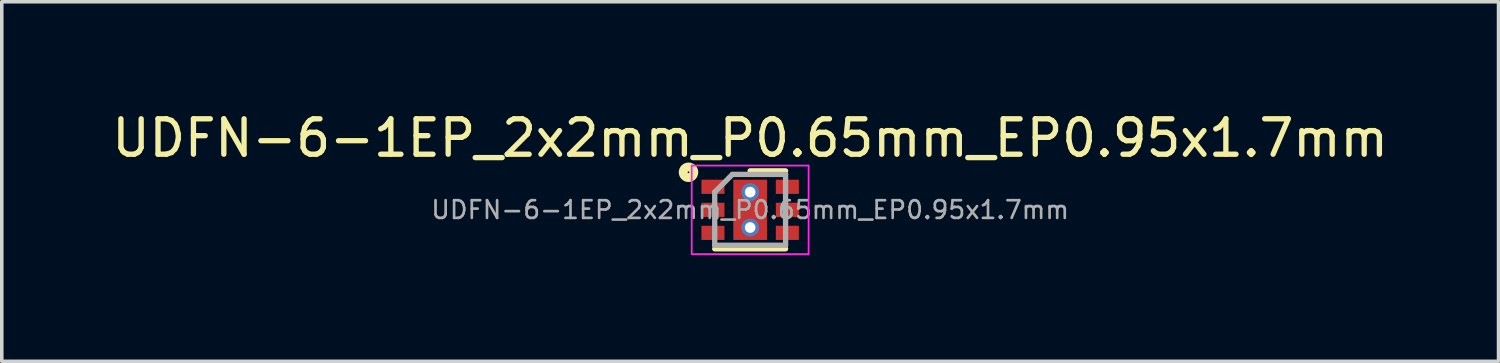
<source format=kicad_pcb>
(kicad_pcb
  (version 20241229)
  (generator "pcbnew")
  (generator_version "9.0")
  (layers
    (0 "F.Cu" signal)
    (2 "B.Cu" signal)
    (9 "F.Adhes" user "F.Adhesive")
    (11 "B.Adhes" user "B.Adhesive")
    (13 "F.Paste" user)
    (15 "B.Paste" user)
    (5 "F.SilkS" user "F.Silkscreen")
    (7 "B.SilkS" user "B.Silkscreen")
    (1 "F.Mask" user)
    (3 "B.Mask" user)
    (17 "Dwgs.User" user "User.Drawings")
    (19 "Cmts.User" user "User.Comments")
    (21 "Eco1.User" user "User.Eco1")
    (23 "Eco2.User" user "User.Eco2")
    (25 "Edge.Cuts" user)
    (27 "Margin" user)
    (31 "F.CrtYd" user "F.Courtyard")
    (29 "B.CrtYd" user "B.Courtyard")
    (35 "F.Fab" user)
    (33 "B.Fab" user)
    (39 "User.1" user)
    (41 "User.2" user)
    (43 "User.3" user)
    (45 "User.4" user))
  (footprint "UDFN-6-1EP_2x2mm_P0.65mm_EP0.95x1.7mm"
    (layer "F.Cu")
    (at 18.125 2.873)
    (property "Reference" "UDFN-6-1EP_2x2mm_P0.65mm_EP0.95x1.7mm" (at 0 -2.025 0) (layer "F.SilkS") (effects (font (size 1 1) (thickness 0.15))))
    (attr smd)
    (fp_line (start -1 1.1) (end 1 1.1) (stroke (width 0.15) (type solid)) (layer "F.SilkS"))
    (fp_line (start 0 -1.1) (end 1 -1.1) (stroke (width 0.15) (type solid)) (layer "F.SilkS"))
    (fp_circle (center -1.74 -1.06) (end -1.59 -1.06) (stroke (width 0.25) (type solid)) (fill no) (layer "F.SilkS"))
    (fp_line (start -1.65 -1.25) (end -1.65 1.25) (stroke (width 0.05) (type solid)) (layer "F.CrtYd"))
    (fp_line (start -1.65 -1.25) (end 1.65 -1.25) (stroke (width 0.05) (type solid)) (layer "F.CrtYd"))
    (fp_line (start -1.65 1.25) (end 1.65 1.25) (stroke (width 0.05) (type solid)) (layer "F.CrtYd"))
    (fp_line (start 1.65 -1.25) (end 1.65 1.25) (stroke (width 0.05) (type solid)) (layer "F.CrtYd"))
    (fp_line (start -1 -0.5) (end -0.5 -1) (stroke (width 0.15) (type solid)) (layer "F.Fab"))
    (fp_line (start -1 1) (end -1 -0.5) (stroke (width 0.15) (type solid)) (layer "F.Fab"))
    (fp_line (start -0.5 -1) (end 1 -1) (stroke (width 0.15) (type solid)) (layer "F.Fab"))
    (fp_line (start 1 -1) (end 1 1) (stroke (width 0.15) (type solid)) (layer "F.Fab"))
    (fp_line (start 1 1) (end -1 1) (stroke (width 0.15) (type solid)) (layer "F.Fab"))
    (fp_text user "${REFERENCE}" (at 0 0 0) (layer "F.Fab") (effects (font (size 0.5 0.5) (thickness 0.075))))
    (pad "" smd rect (at 0 -0.4) (size 0.82 0.63) (layers "F.Paste"))
    (pad "" smd rect (at 0 0.4) (size 0.82 0.63) (layers "F.Paste"))
    (pad "1" smd rect (at -1.05 -0.65) (size 0.65 0.4) (layers "F.Cu" "F.Mask" "F.Paste"))
    (pad "2" smd rect (at -1.05 0) (size 0.65 0.4) (layers "F.Cu" "F.Mask" "F.Paste"))
    (pad "3" smd rect (at -1.05 0.65) (size 0.65 0.4) (layers "F.Cu" "F.Mask" "F.Paste"))
    (pad "4" smd rect (at 1.05 0.65) (size 0.65 0.4) (layers "F.Cu" "F.Mask" "F.Paste"))
    (pad "5" smd rect (at 1.05 0) (size 0.65 0.4) (layers "F.Cu" "F.Mask" "F.Paste"))
    (pad "6" smd rect (at 1.05 -0.65) (size 0.65 0.4) (layers "F.Cu" "F.Mask" "F.Paste"))
    (pad "7" thru_hole circle (at 0 -0.5) (size 0.5 0.5) (drill 0.3) (layers "*.Cu" "*.Mask"))
    (pad "7" smd rect (at 0 0) (size 0.95 1.7) (layers "F.Cu" "F.Mask"))
    (pad "7" thru_hole circle (at 0 0.5) (size 0.5 0.5) (drill 0.3) (layers "*.Cu" "*.Mask")))
  (gr_rect
    (start -3 -3)
    (end 39.25 7.148)
    (stroke (width 0.1) (type default))
    (fill no)
    (layer "Edge.Cuts")))
</source>
